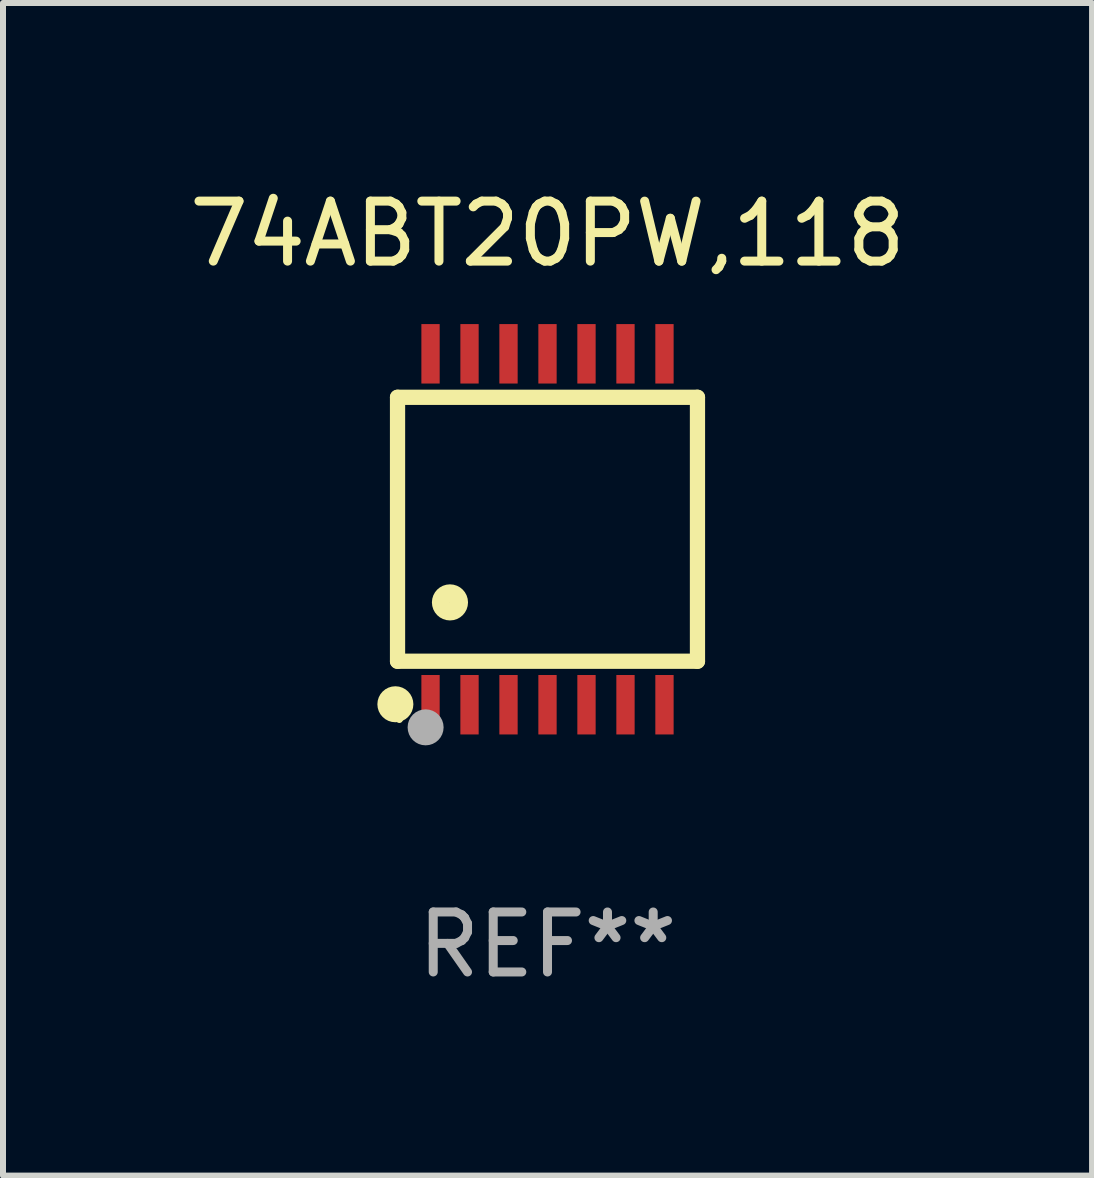
<source format=kicad_pcb>
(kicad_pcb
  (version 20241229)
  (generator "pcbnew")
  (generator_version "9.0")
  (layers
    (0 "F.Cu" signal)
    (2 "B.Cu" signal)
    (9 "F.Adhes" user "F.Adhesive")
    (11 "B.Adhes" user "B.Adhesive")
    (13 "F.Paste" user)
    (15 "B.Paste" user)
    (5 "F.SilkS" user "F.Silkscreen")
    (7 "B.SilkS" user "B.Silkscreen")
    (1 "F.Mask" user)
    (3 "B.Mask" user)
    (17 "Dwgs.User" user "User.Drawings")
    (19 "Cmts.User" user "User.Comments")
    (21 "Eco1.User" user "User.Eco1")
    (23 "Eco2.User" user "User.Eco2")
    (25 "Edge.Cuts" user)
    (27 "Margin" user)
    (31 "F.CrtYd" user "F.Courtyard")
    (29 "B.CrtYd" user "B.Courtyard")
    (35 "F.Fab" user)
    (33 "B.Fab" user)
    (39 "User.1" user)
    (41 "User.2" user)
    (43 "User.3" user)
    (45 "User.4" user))
  (footprint "74ABT20PW,118"
    (layer "F.Cu")
    (at 6.077 5.773)
    (property "Reference" "74ABT20PW,118" (at 0 -4.925 0) (layer "F.SilkS") (effects (font (size 1 1) (thickness 0.15))))
    (attr through_hole)
    (fp_line (start -2.5 2.2) (end -2.5 -2.2) (stroke (width 0.254) (type solid)) (layer "F.SilkS"))
    (fp_line (start -2.5 2.2) (end 2.5 2.2) (stroke (width 0.254) (type solid)) (layer "F.SilkS"))
    (fp_line (start 2.5 -2.2) (end -2.5 -2.2) (stroke (width 0.254) (type solid)) (layer "F.SilkS"))
    (fp_line (start 2.5 -2.2) (end 2.5 2.2) (stroke (width 0.254) (type solid)) (layer "F.SilkS"))
    (fp_circle (center -2.536 2.917) (end -2.386 2.917) (stroke (width 0.3) (type solid)) (fill no) (layer "F.SilkS"))
    (fp_circle (center -2.47 3.17) (end -2.44 3.17) (stroke (width 0.06) (type solid)) (fill no) (layer "F.SilkS"))
    (fp_circle (center -1.626 1.219) (end -1.475 1.219) (stroke (width 0.3) (type solid)) (fill no) (layer "F.SilkS"))
    (fp_circle (center -2.032 3.302) (end -1.882 3.302) (stroke (width 0.3) (type solid)) (fill no) (layer "F.Fab"))
    (fp_text user "REF**" (at 0 6.925 0) (layer "F.Fab") (effects (font (size 1 1) (thickness 0.15))))
    (pad "1" smd rect (at -1.95 2.925) (size 0.305 0.991) (layers "F.Cu" "F.Mask" "F.Paste"))
    (pad "2" smd rect (at -1.3 2.925) (size 0.305 0.991) (layers "F.Cu" "F.Mask" "F.Paste"))
    (pad "3" smd rect (at -0.65 2.925) (size 0.305 0.991) (layers "F.Cu" "F.Mask" "F.Paste"))
    (pad "4" smd rect (at 0 2.925) (size 0.305 0.991) (layers "F.Cu" "F.Mask" "F.Paste"))
    (pad "5" smd rect (at 0.65 2.925) (size 0.305 0.991) (layers "F.Cu" "F.Mask" "F.Paste"))
    (pad "6" smd rect (at 1.3 2.925) (size 0.305 0.991) (layers "F.Cu" "F.Mask" "F.Paste"))
    (pad "7" smd rect (at 1.95 2.925) (size 0.305 0.991) (layers "F.Cu" "F.Mask" "F.Paste"))
    (pad "8" smd rect (at 1.95 -2.925) (size 0.305 0.991) (layers "F.Cu" "F.Mask" "F.Paste"))
    (pad "9" smd rect (at 1.3 -2.925) (size 0.305 0.991) (layers "F.Cu" "F.Mask" "F.Paste"))
    (pad "10" smd rect (at 0.65 -2.925) (size 0.305 0.991) (layers "F.Cu" "F.Mask" "F.Paste"))
    (pad "11" smd rect (at 0 -2.925) (size 0.305 0.991) (layers "F.Cu" "F.Mask" "F.Paste"))
    (pad "12" smd rect (at -0.65 -2.925) (size 0.305 0.991) (layers "F.Cu" "F.Mask" "F.Paste"))
    (pad "13" smd rect (at -1.3 -2.925) (size 0.305 0.991) (layers "F.Cu" "F.Mask" "F.Paste"))
    (pad "14" smd rect (at -1.95 -2.925) (size 0.305 0.991) (layers "F.Cu" "F.Mask" "F.Paste")))
  (gr_rect
    (start -3 -3)
    (end 15.155 16.547)
    (stroke (width 0.1) (type default))
    (fill no)
    (layer "Edge.Cuts")))
</source>
